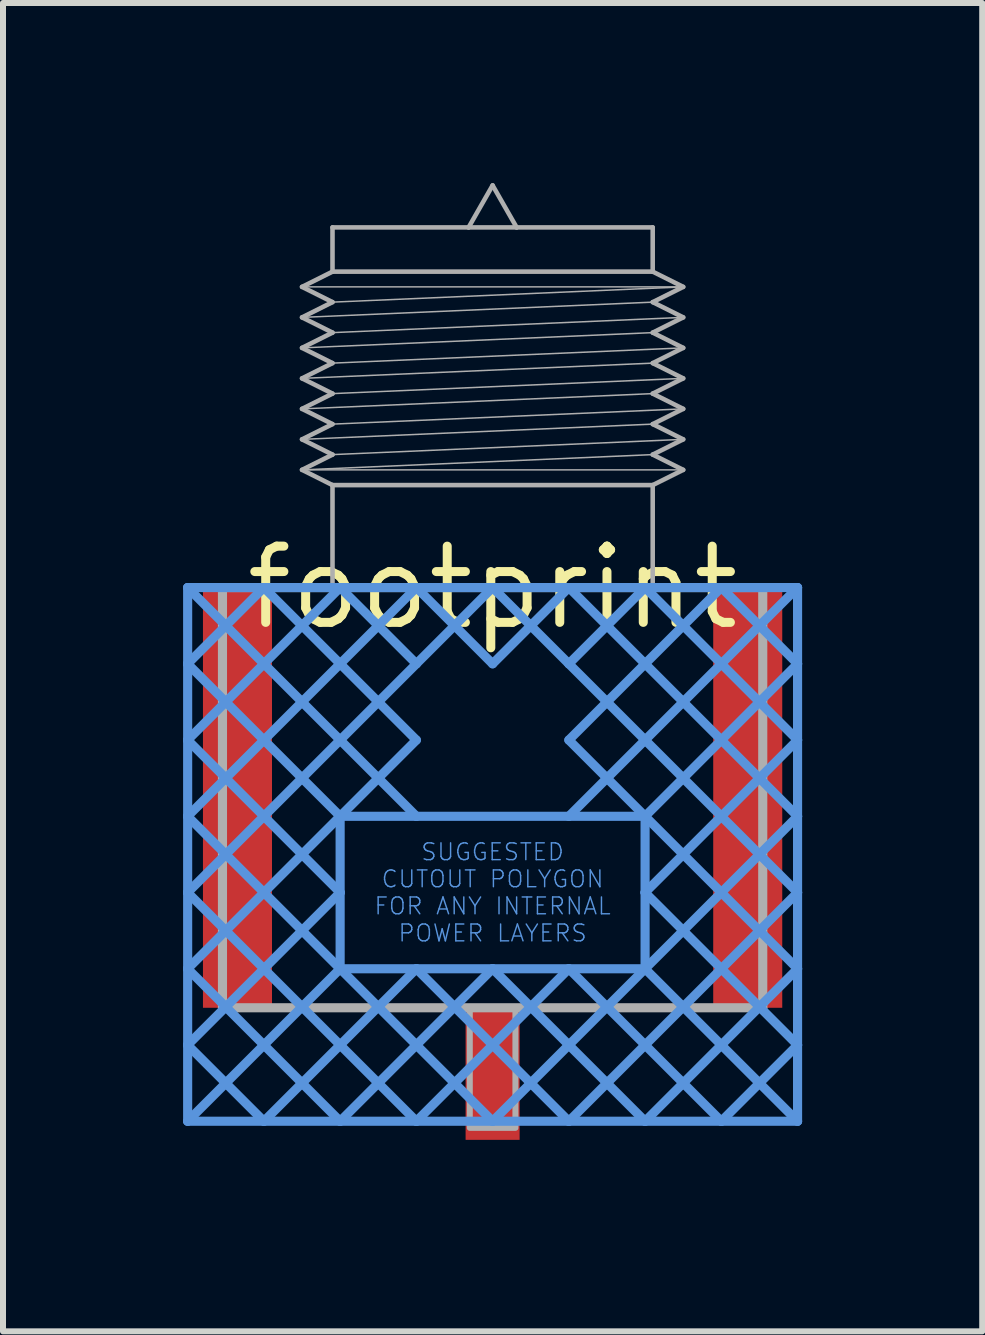
<source format=kicad_pcb>
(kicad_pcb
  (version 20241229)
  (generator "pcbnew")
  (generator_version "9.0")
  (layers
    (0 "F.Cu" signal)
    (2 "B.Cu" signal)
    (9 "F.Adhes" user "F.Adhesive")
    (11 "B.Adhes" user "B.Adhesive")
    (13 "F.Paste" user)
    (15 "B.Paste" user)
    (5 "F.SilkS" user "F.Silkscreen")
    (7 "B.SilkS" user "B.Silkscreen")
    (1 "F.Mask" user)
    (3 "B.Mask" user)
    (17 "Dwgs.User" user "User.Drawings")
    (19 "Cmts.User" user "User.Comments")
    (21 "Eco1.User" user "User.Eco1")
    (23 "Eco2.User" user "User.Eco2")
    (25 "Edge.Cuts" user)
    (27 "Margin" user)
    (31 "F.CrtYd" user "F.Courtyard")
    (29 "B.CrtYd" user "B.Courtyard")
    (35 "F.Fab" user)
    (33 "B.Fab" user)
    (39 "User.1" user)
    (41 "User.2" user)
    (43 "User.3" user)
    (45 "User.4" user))
  (footprint "footprint"
    (layer "F.Cu")
    (at 5.156 6.738)
    (property "Reference" "footprint" (at 0 0 0) (layer "F.SilkS") (effects (font (size 1.27 1.27) (thickness 0.15))))
    (fp_poly (pts (xy -4.93 7) (xy -3.68 7) (xy -3.68 0) (xy -4.93 0)) (stroke (width 0) (type solid)) (fill yes) (layer "F.Paste"))
    (fp_poly (pts (xy -0.55 9.39) (xy 0.55 9.39) (xy 0.55 6.99) (xy -0.55 6.99)) (stroke (width 0) (type solid)) (fill yes) (layer "F.Paste"))
    (fp_poly (pts (xy 3.68 7) (xy 4.93 7) (xy 4.93 0) (xy 3.68 0)) (stroke (width 0) (type solid)) (fill yes) (layer "F.Paste"))
    (fp_line (start -5.08 0) (end -5.08 1.27) (stroke (width 0.152) (type solid)) (layer "Cmts.User"))
    (fp_line (start -5.08 0) (end -1.27 3.81) (stroke (width 0.152) (type solid)) (layer "Cmts.User"))
    (fp_line (start -5.08 1.27) (end -5.08 2.54) (stroke (width 0.152) (type solid)) (layer "Cmts.User"))
    (fp_line (start -5.08 1.27) (end -2.54 3.81) (stroke (width 0.152) (type solid)) (layer "Cmts.User"))
    (fp_line (start -5.08 2.54) (end -5.08 3.81) (stroke (width 0.152) (type solid)) (layer "Cmts.User"))
    (fp_line (start -5.08 2.54) (end -2.54 5.08) (stroke (width 0.152) (type solid)) (layer "Cmts.User"))
    (fp_line (start -5.08 3.81) (end -5.08 5.08) (stroke (width 0.152) (type solid)) (layer "Cmts.User"))
    (fp_line (start -5.08 3.81) (end -2.54 6.35) (stroke (width 0.152) (type solid)) (layer "Cmts.User"))
    (fp_line (start -5.08 5.08) (end -5.08 6.35) (stroke (width 0.152) (type solid)) (layer "Cmts.User"))
    (fp_line (start -5.08 5.08) (end -1.27 8.89) (stroke (width 0.152) (type solid)) (layer "Cmts.User"))
    (fp_line (start -5.08 6.35) (end -5.08 7.62) (stroke (width 0.152) (type solid)) (layer "Cmts.User"))
    (fp_line (start -5.08 6.35) (end -2.54 8.89) (stroke (width 0.152) (type solid)) (layer "Cmts.User"))
    (fp_line (start -5.08 7.62) (end -5.08 8.89) (stroke (width 0.152) (type solid)) (layer "Cmts.User"))
    (fp_line (start -5.08 7.62) (end -3.81 8.89) (stroke (width 0.152) (type solid)) (layer "Cmts.User"))
    (fp_line (start -5.08 8.89) (end -3.81 8.89) (stroke (width 0.152) (type solid)) (layer "Cmts.User"))
    (fp_line (start -3.81 0) (end -5.08 0) (stroke (width 0.152) (type solid)) (layer "Cmts.User"))
    (fp_line (start -3.81 0) (end -5.08 1.27) (stroke (width 0.152) (type solid)) (layer "Cmts.User"))
    (fp_line (start -3.81 0) (end -1.27 2.54) (stroke (width 0.152) (type solid)) (layer "Cmts.User"))
    (fp_line (start -3.81 8.89) (end -2.54 8.89) (stroke (width 0.152) (type solid)) (layer "Cmts.User"))
    (fp_line (start -2.54 0) (end -5.08 2.54) (stroke (width 0.152) (type solid)) (layer "Cmts.User"))
    (fp_line (start -2.54 0) (end -3.81 0) (stroke (width 0.152) (type solid)) (layer "Cmts.User"))
    (fp_line (start -2.54 0) (end -1.27 1.27) (stroke (width 0.152) (type solid)) (layer "Cmts.User"))
    (fp_line (start -2.54 3.81) (end -5.08 6.35) (stroke (width 0.152) (type solid)) (layer "Cmts.User"))
    (fp_line (start -2.54 3.81) (end -2.54 5.08) (stroke (width 0.152) (type solid)) (layer "Cmts.User"))
    (fp_line (start -2.54 5.08) (end -5.08 7.62) (stroke (width 0.152) (type solid)) (layer "Cmts.User"))
    (fp_line (start -2.54 5.08) (end -2.54 6.35) (stroke (width 0.152) (type solid)) (layer "Cmts.User"))
    (fp_line (start -2.54 6.35) (end -5.08 8.89) (stroke (width 0.152) (type solid)) (layer "Cmts.User"))
    (fp_line (start -2.54 6.35) (end -1.27 6.35) (stroke (width 0.152) (type solid)) (layer "Cmts.User"))
    (fp_line (start -2.54 6.35) (end 0 8.89) (stroke (width 0.152) (type solid)) (layer "Cmts.User"))
    (fp_line (start -2.54 8.89) (end -1.27 8.89) (stroke (width 0.152) (type solid)) (layer "Cmts.User"))
    (fp_line (start -1.27 0) (end -5.08 3.81) (stroke (width 0.152) (type solid)) (layer "Cmts.User"))
    (fp_line (start -1.27 0) (end -2.54 0) (stroke (width 0.152) (type solid)) (layer "Cmts.User"))
    (fp_line (start -1.27 0) (end 0 1.27) (stroke (width 0.152) (type solid)) (layer "Cmts.User"))
    (fp_line (start -1.27 1.27) (end -5.08 5.08) (stroke (width 0.152) (type solid)) (layer "Cmts.User"))
    (fp_line (start -1.27 2.54) (end -2.54 3.81) (stroke (width 0.152) (type solid)) (layer "Cmts.User"))
    (fp_line (start -1.27 3.81) (end -2.54 3.81) (stroke (width 0.152) (type solid)) (layer "Cmts.User"))
    (fp_line (start -1.27 6.35) (end -3.81 8.89) (stroke (width 0.152) (type solid)) (layer "Cmts.User"))
    (fp_line (start -1.27 6.35) (end 0 6.35) (stroke (width 0.152) (type solid)) (layer "Cmts.User"))
    (fp_line (start -1.27 6.35) (end 1.27 8.89) (stroke (width 0.152) (type solid)) (layer "Cmts.User"))
    (fp_line (start -1.27 8.89) (end 0 8.89) (stroke (width 0.152) (type solid)) (layer "Cmts.User"))
    (fp_line (start 0 0) (end -1.27 0) (stroke (width 0.152) (type solid)) (layer "Cmts.User"))
    (fp_line (start 0 0) (end -1.27 1.27) (stroke (width 0.152) (type solid)) (layer "Cmts.User"))
    (fp_line (start 0 0) (end 1.27 1.27) (stroke (width 0.152) (type solid)) (layer "Cmts.User"))
    (fp_line (start 0 6.35) (end -2.54 8.89) (stroke (width 0.152) (type solid)) (layer "Cmts.User"))
    (fp_line (start 0 6.35) (end 1.27 6.35) (stroke (width 0.152) (type solid)) (layer "Cmts.User"))
    (fp_line (start 0 6.35) (end 2.54 8.89) (stroke (width 0.152) (type solid)) (layer "Cmts.User"))
    (fp_line (start 0 8.89) (end 1.27 8.89) (stroke (width 0.152) (type solid)) (layer "Cmts.User"))
    (fp_line (start 1.27 0) (end 0 0) (stroke (width 0.152) (type solid)) (layer "Cmts.User"))
    (fp_line (start 1.27 0) (end 0 1.27) (stroke (width 0.152) (type solid)) (layer "Cmts.User"))
    (fp_line (start 1.27 0) (end 5.08 3.81) (stroke (width 0.152) (type solid)) (layer "Cmts.User"))
    (fp_line (start 1.27 1.27) (end 5.08 5.08) (stroke (width 0.152) (type solid)) (layer "Cmts.User"))
    (fp_line (start 1.27 2.54) (end 2.54 3.81) (stroke (width 0.152) (type solid)) (layer "Cmts.User"))
    (fp_line (start 1.27 3.81) (end -1.27 3.81) (stroke (width 0.152) (type solid)) (layer "Cmts.User"))
    (fp_line (start 1.27 6.35) (end -1.27 8.89) (stroke (width 0.152) (type solid)) (layer "Cmts.User"))
    (fp_line (start 1.27 6.35) (end 2.54 6.35) (stroke (width 0.152) (type solid)) (layer "Cmts.User"))
    (fp_line (start 1.27 6.35) (end 3.81 8.89) (stroke (width 0.152) (type solid)) (layer "Cmts.User"))
    (fp_line (start 1.27 8.89) (end 2.54 8.89) (stroke (width 0.152) (type solid)) (layer "Cmts.User"))
    (fp_line (start 2.54 0) (end 1.27 0) (stroke (width 0.152) (type solid)) (layer "Cmts.User"))
    (fp_line (start 2.54 0) (end 1.27 1.27) (stroke (width 0.152) (type solid)) (layer "Cmts.User"))
    (fp_line (start 2.54 0) (end 5.08 2.54) (stroke (width 0.152) (type solid)) (layer "Cmts.User"))
    (fp_line (start 2.54 3.81) (end 1.27 3.81) (stroke (width 0.152) (type solid)) (layer "Cmts.User"))
    (fp_line (start 2.54 3.81) (end 5.08 6.35) (stroke (width 0.152) (type solid)) (layer "Cmts.User"))
    (fp_line (start 2.54 5.08) (end 2.54 3.81) (stroke (width 0.152) (type solid)) (layer "Cmts.User"))
    (fp_line (start 2.54 5.08) (end 5.08 7.62) (stroke (width 0.152) (type solid)) (layer "Cmts.User"))
    (fp_line (start 2.54 6.35) (end 0 8.89) (stroke (width 0.152) (type solid)) (layer "Cmts.User"))
    (fp_line (start 2.54 6.35) (end 2.54 5.08) (stroke (width 0.152) (type solid)) (layer "Cmts.User"))
    (fp_line (start 2.54 6.35) (end 5.08 8.89) (stroke (width 0.152) (type solid)) (layer "Cmts.User"))
    (fp_line (start 2.54 8.89) (end 3.81 8.89) (stroke (width 0.152) (type solid)) (layer "Cmts.User"))
    (fp_line (start 3.81 0) (end 1.27 2.54) (stroke (width 0.152) (type solid)) (layer "Cmts.User"))
    (fp_line (start 3.81 0) (end 2.54 0) (stroke (width 0.152) (type solid)) (layer "Cmts.User"))
    (fp_line (start 3.81 8.89) (end 5.08 8.89) (stroke (width 0.152) (type solid)) (layer "Cmts.User"))
    (fp_line (start 5.08 0) (end 1.27 3.81) (stroke (width 0.152) (type solid)) (layer "Cmts.User"))
    (fp_line (start 5.08 0) (end 3.81 0) (stroke (width 0.152) (type solid)) (layer "Cmts.User"))
    (fp_line (start 5.08 1.27) (end 2.54 3.81) (stroke (width 0.152) (type solid)) (layer "Cmts.User"))
    (fp_line (start 5.08 1.27) (end 3.81 0) (stroke (width 0.152) (type solid)) (layer "Cmts.User"))
    (fp_line (start 5.08 1.27) (end 5.08 0) (stroke (width 0.152) (type solid)) (layer "Cmts.User"))
    (fp_line (start 5.08 2.54) (end 2.54 5.08) (stroke (width 0.152) (type solid)) (layer "Cmts.User"))
    (fp_line (start 5.08 2.54) (end 5.08 1.27) (stroke (width 0.152) (type solid)) (layer "Cmts.User"))
    (fp_line (start 5.08 3.81) (end 2.54 6.35) (stroke (width 0.152) (type solid)) (layer "Cmts.User"))
    (fp_line (start 5.08 3.81) (end 5.08 2.54) (stroke (width 0.152) (type solid)) (layer "Cmts.User"))
    (fp_line (start 5.08 5.08) (end 1.27 8.89) (stroke (width 0.152) (type solid)) (layer "Cmts.User"))
    (fp_line (start 5.08 5.08) (end 5.08 3.81) (stroke (width 0.152) (type solid)) (layer "Cmts.User"))
    (fp_line (start 5.08 6.35) (end 2.54 8.89) (stroke (width 0.152) (type solid)) (layer "Cmts.User"))
    (fp_line (start 5.08 6.35) (end 5.08 5.08) (stroke (width 0.152) (type solid)) (layer "Cmts.User"))
    (fp_line (start 5.08 7.62) (end 3.81 8.89) (stroke (width 0.152) (type solid)) (layer "Cmts.User"))
    (fp_line (start 5.08 7.62) (end 5.08 6.35) (stroke (width 0.152) (type solid)) (layer "Cmts.User"))
    (fp_line (start 5.08 8.89) (end 5.08 7.62) (stroke (width 0.152) (type solid)) (layer "Cmts.User"))
    (fp_line (start -4.5 0) (end -2.667 0) (stroke (width 0.152) (type solid)) (layer "F.Fab"))
    (fp_line (start -4.5 7) (end -4.5 0) (stroke (width 0.152) (type solid)) (layer "F.Fab"))
    (fp_line (start -3.175 -5.009) (end -2.667 -5.263) (stroke (width 0.076) (type solid)) (layer "F.Fab"))
    (fp_line (start -3.175 -4.501) (end -2.667 -4.755) (stroke (width 0.076) (type solid)) (layer "F.Fab"))
    (fp_line (start -3.175 -4.501) (end 2.667 -4.755) (stroke (width 0.025) (type solid)) (layer "F.Fab"))
    (fp_line (start -3.175 -3.993) (end -2.667 -4.247) (stroke (width 0.076) (type solid)) (layer "F.Fab"))
    (fp_line (start -3.175 -3.993) (end -2.667 -3.739) (stroke (width 0.076) (type solid)) (layer "F.Fab"))
    (fp_line (start -3.175 -3.993) (end 2.667 -4.247) (stroke (width 0.025) (type solid)) (layer "F.Fab"))
    (fp_line (start -3.175 -3.485) (end -2.667 -3.739) (stroke (width 0.076) (type solid)) (layer "F.Fab"))
    (fp_line (start -3.175 -3.485) (end 2.667 -3.739) (stroke (width 0.025) (type solid)) (layer "F.Fab"))
    (fp_line (start -3.175 -2.977) (end -2.667 -3.231) (stroke (width 0.076) (type solid)) (layer "F.Fab"))
    (fp_line (start -3.175 -2.977) (end 2.667 -3.231) (stroke (width 0.025) (type solid)) (layer "F.Fab"))
    (fp_line (start -3.175 -2.469) (end -2.667 -2.723) (stroke (width 0.076) (type solid)) (layer "F.Fab"))
    (fp_line (start -3.175 -2.469) (end 2.667 -2.723) (stroke (width 0.025) (type solid)) (layer "F.Fab"))
    (fp_line (start -3.175 -1.961) (end -2.667 -2.215) (stroke (width 0.076) (type solid)) (layer "F.Fab"))
    (fp_line (start -3.175 -1.961) (end 2.667 -2.215) (stroke (width 0.025) (type solid)) (layer "F.Fab"))
    (fp_line (start -3.175 -1.961) (end 3.175 -1.961) (stroke (width 0.025) (type solid)) (layer "F.Fab"))
    (fp_line (start -2.667 -6) (end -0.4 -6) (stroke (width 0.076) (type solid)) (layer "F.Fab"))
    (fp_line (start -2.667 -5.263) (end -2.667 -6) (stroke (width 0.076) (type solid)) (layer "F.Fab"))
    (fp_line (start -2.667 -5.263) (end 2.667 -5.263) (stroke (width 0.076) (type solid)) (layer "F.Fab"))
    (fp_line (start -2.667 -4.755) (end -3.175 -5.009) (stroke (width 0.076) (type solid)) (layer "F.Fab"))
    (fp_line (start -2.667 -4.755) (end 3.175 -5.009) (stroke (width 0.025) (type solid)) (layer "F.Fab"))
    (fp_line (start -2.667 -4.247) (end -3.175 -4.501) (stroke (width 0.076) (type solid)) (layer "F.Fab"))
    (fp_line (start -2.667 -4.247) (end 3.175 -4.501) (stroke (width 0.025) (type solid)) (layer "F.Fab"))
    (fp_line (start -2.667 -3.739) (end 3.175 -3.993) (stroke (width 0.025) (type solid)) (layer "F.Fab"))
    (fp_line (start -2.667 -3.231) (end -3.175 -3.485) (stroke (width 0.076) (type solid)) (layer "F.Fab"))
    (fp_line (start -2.667 -3.231) (end 3.175 -3.485) (stroke (width 0.025) (type solid)) (layer "F.Fab"))
    (fp_line (start -2.667 -2.723) (end -3.175 -2.977) (stroke (width 0.076) (type solid)) (layer "F.Fab"))
    (fp_line (start -2.667 -2.723) (end 3.175 -2.977) (stroke (width 0.025) (type solid)) (layer "F.Fab"))
    (fp_line (start -2.667 -2.215) (end -3.175 -2.469) (stroke (width 0.076) (type solid)) (layer "F.Fab"))
    (fp_line (start -2.667 -2.215) (end 3.175 -2.469) (stroke (width 0.025) (type solid)) (layer "F.Fab"))
    (fp_line (start -2.667 -1.707) (end -3.175 -1.961) (stroke (width 0.076) (type solid)) (layer "F.Fab"))
    (fp_line (start -2.667 -1.707) (end 2.667 -1.707) (stroke (width 0.076) (type solid)) (layer "F.Fab"))
    (fp_line (start -2.667 0) (end -2.667 -1.707) (stroke (width 0.076) (type solid)) (layer "F.Fab"))
    (fp_line (start -2.667 0) (end 2.667 0) (stroke (width 0.152) (type solid)) (layer "F.Fab"))
    (fp_line (start -0.4 -6) (end 0 -6.7) (stroke (width 0.076) (type solid)) (layer "F.Fab"))
    (fp_line (start -0.4 -6) (end 0.4 -6) (stroke (width 0.076) (type solid)) (layer "F.Fab"))
    (fp_line (start 0 -6.7) (end 0.4 -6) (stroke (width 0.076) (type solid)) (layer "F.Fab"))
    (fp_line (start 0.4 -6) (end 2.667 -6) (stroke (width 0.076) (type solid)) (layer "F.Fab"))
    (fp_line (start 2.667 -6) (end 2.667 -5.263) (stroke (width 0.076) (type solid)) (layer "F.Fab"))
    (fp_line (start 2.667 -5.263) (end 3.175 -5.009) (stroke (width 0.076) (type solid)) (layer "F.Fab"))
    (fp_line (start 2.667 -4.755) (end 3.175 -4.501) (stroke (width 0.076) (type solid)) (layer "F.Fab"))
    (fp_line (start 2.667 -4.247) (end 3.175 -3.993) (stroke (width 0.076) (type solid)) (layer "F.Fab"))
    (fp_line (start 2.667 -3.739) (end 3.175 -3.485) (stroke (width 0.076) (type solid)) (layer "F.Fab"))
    (fp_line (start 2.667 -3.231) (end 3.175 -2.977) (stroke (width 0.076) (type solid)) (layer "F.Fab"))
    (fp_line (start 2.667 -2.723) (end 3.175 -2.469) (stroke (width 0.076) (type solid)) (layer "F.Fab"))
    (fp_line (start 2.667 -2.215) (end 3.175 -1.961) (stroke (width 0.076) (type solid)) (layer "F.Fab"))
    (fp_line (start 2.667 -1.707) (end 2.667 0) (stroke (width 0.076) (type solid)) (layer "F.Fab"))
    (fp_line (start 2.667 0) (end 4.5 0) (stroke (width 0.152) (type solid)) (layer "F.Fab"))
    (fp_line (start 3.175 -5.009) (end -3.175 -5.009) (stroke (width 0.025) (type solid)) (layer "F.Fab"))
    (fp_line (start 3.175 -5.009) (end 2.667 -4.755) (stroke (width 0.076) (type solid)) (layer "F.Fab"))
    (fp_line (start 3.175 -4.501) (end 2.667 -4.247) (stroke (width 0.076) (type solid)) (layer "F.Fab"))
    (fp_line (start 3.175 -3.993) (end 2.667 -3.739) (stroke (width 0.076) (type solid)) (layer "F.Fab"))
    (fp_line (start 3.175 -3.485) (end 2.667 -3.231) (stroke (width 0.076) (type solid)) (layer "F.Fab"))
    (fp_line (start 3.175 -2.977) (end 2.667 -2.723) (stroke (width 0.076) (type solid)) (layer "F.Fab"))
    (fp_line (start 3.175 -2.469) (end 2.667 -2.215) (stroke (width 0.076) (type solid)) (layer "F.Fab"))
    (fp_line (start 3.175 -1.961) (end 2.667 -1.707) (stroke (width 0.076) (type solid)) (layer "F.Fab"))
    (fp_line (start 4.5 0) (end 4.5 7) (stroke (width 0.152) (type solid)) (layer "F.Fab"))
    (fp_line (start 4.5 7) (end -4.5 7) (stroke (width 0.152) (type solid)) (layer "F.Fab"))
    (fp_poly (pts (xy 0.38 7) (xy -0.38 7) (xy -0.38 9) (xy 0.38 9)) (stroke (width 0.1) (type solid)) (fill no) (layer "F.Fab"))
    (fp_text user "SUGGESTED\nCUTOUT POLYGON\nFOR ANY INTERNAL\nPOWER LAYERS" (at 0 5.08 0) (layer "Cmts.User") (effects (font (size 0.28 0.28) (thickness 0.024))))
    (pad "GND@0" smd rect (at -4.25 3.5) (size 1.15 7) (layers "F.Cu" "F.Mask"))
    (pad "GND@1" smd rect (at 4.25 3.5) (size 1.15 7) (layers "F.Cu" "F.Mask"))
    (pad "SIG" smd rect (at 0 8.1) (size 0.9 2.2) (layers "F.Cu" "F.Mask")))
  (gr_rect
    (start -3 -3)
    (end 13.312 19.128)
    (stroke (width 0.1) (type default))
    (fill no)
    (layer "Edge.Cuts")))
</source>
